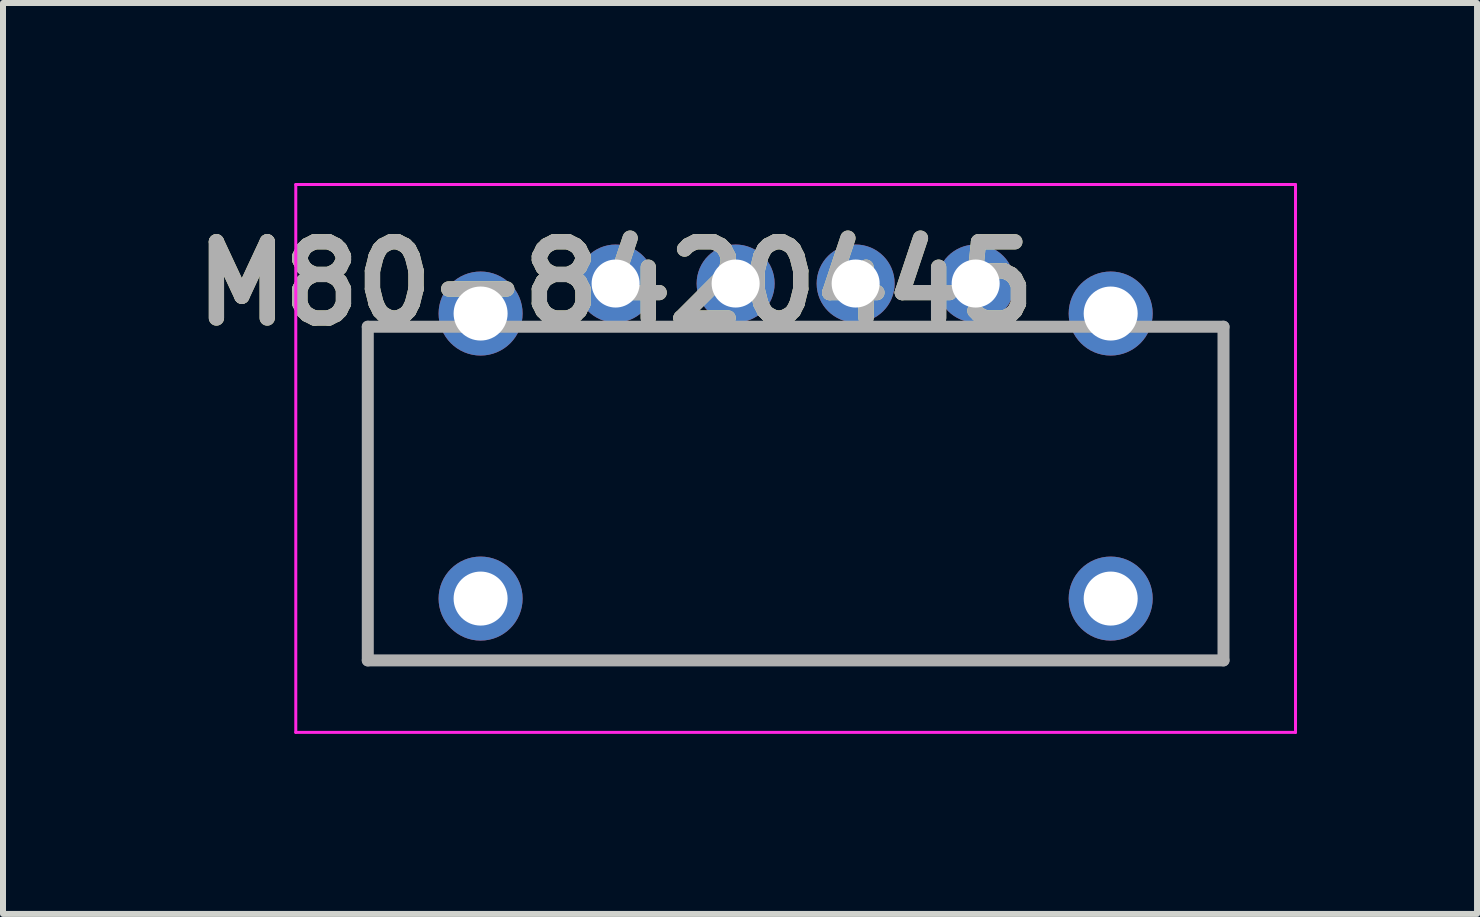
<source format=kicad_pcb>
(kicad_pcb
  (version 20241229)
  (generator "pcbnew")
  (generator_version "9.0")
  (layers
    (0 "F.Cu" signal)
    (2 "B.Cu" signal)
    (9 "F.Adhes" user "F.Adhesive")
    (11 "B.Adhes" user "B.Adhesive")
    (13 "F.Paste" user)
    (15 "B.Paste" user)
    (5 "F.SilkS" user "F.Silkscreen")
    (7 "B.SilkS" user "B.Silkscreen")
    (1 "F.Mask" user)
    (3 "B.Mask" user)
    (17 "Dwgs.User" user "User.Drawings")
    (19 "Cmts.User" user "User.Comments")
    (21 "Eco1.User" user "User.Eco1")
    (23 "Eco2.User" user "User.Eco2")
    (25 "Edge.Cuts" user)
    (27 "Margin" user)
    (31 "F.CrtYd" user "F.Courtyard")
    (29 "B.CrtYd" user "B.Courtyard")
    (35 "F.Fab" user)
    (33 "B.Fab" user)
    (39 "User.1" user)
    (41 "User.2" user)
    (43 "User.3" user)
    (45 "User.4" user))
  (footprint "M80-8420445"
    (layer "F.Cu")
    (at 7.209 1.675)
    (property "Reference" "M80-8420445" (at 0 0 0) (layer "F.SilkS") (effects (font (size 1.27 1.27) (thickness 0.254))))
    (attr through_hole)
    (fp_line (start -4.13 6.28) (end -4.13 0.72) (stroke (width 0.1) (type solid)) (layer "F.SilkS"))
    (fp_line (start 10.13 0.72) (end 10.13 6.28) (stroke (width 0.1) (type solid)) (layer "F.SilkS"))
    (fp_line (start 10.13 6.28) (end -4.13 6.28) (stroke (width 0.1) (type solid)) (layer "F.SilkS"))
    (fp_line (start -5.33 -1.65) (end 11.33 -1.65) (stroke (width 0.05) (type solid)) (layer "F.CrtYd"))
    (fp_line (start -5.33 7.48) (end -5.33 -1.65) (stroke (width 0.05) (type solid)) (layer "F.CrtYd"))
    (fp_line (start 11.33 -1.65) (end 11.33 7.48) (stroke (width 0.05) (type solid)) (layer "F.CrtYd"))
    (fp_line (start 11.33 7.48) (end -5.33 7.48) (stroke (width 0.05) (type solid)) (layer "F.CrtYd"))
    (fp_line (start -4.13 0.72) (end 10.13 0.72) (stroke (width 0.2) (type solid)) (layer "F.Fab"))
    (fp_line (start -4.13 6.28) (end -4.13 0.72) (stroke (width 0.2) (type solid)) (layer "F.Fab"))
    (fp_line (start 10.13 0.72) (end 10.13 6.28) (stroke (width 0.2) (type solid)) (layer "F.Fab"))
    (fp_line (start 10.13 6.28) (end -4.13 6.28) (stroke (width 0.2) (type solid)) (layer "F.Fab"))
    (fp_text user "${REFERENCE}" (at 0 0 0) (layer "F.Fab") (effects (font (size 1.27 1.27) (thickness 0.254))))
    (pad "1" thru_hole circle (at 0 0) (size 1.3 1.3) (drill 0.8) (layers "*.Cu" "*.Mask"))
    (pad "2" thru_hole circle (at 2 0) (size 1.3 1.3) (drill 0.8) (layers "*.Cu" "*.Mask"))
    (pad "3" thru_hole circle (at 4 0) (size 1.3 1.3) (drill 0.8) (layers "*.Cu" "*.Mask"))
    (pad "4" thru_hole circle (at 6 0) (size 1.3 1.3) (drill 0.8) (layers "*.Cu" "*.Mask"))
    (pad "5" thru_hole circle (at -2.25 0.5) (size 1.4 1.4) (drill 0.9) (layers "*.Cu" "*.Mask"))
    (pad "6" thru_hole circle (at 8.25 0.5) (size 1.4 1.4) (drill 0.9) (layers "*.Cu" "*.Mask"))
    (pad "7" thru_hole circle (at -2.25 5.25) (size 1.4 1.4) (drill 0.9) (layers "*.Cu" "*.Mask"))
    (pad "8" thru_hole circle (at 8.25 5.25) (size 1.4 1.4) (drill 0.9) (layers "*.Cu" "*.Mask")))
  (gr_rect
    (start -3 -3)
    (end 21.564 12.18)
    (stroke (width 0.1) (type default))
    (fill no)
    (layer "Edge.Cuts")))
</source>
